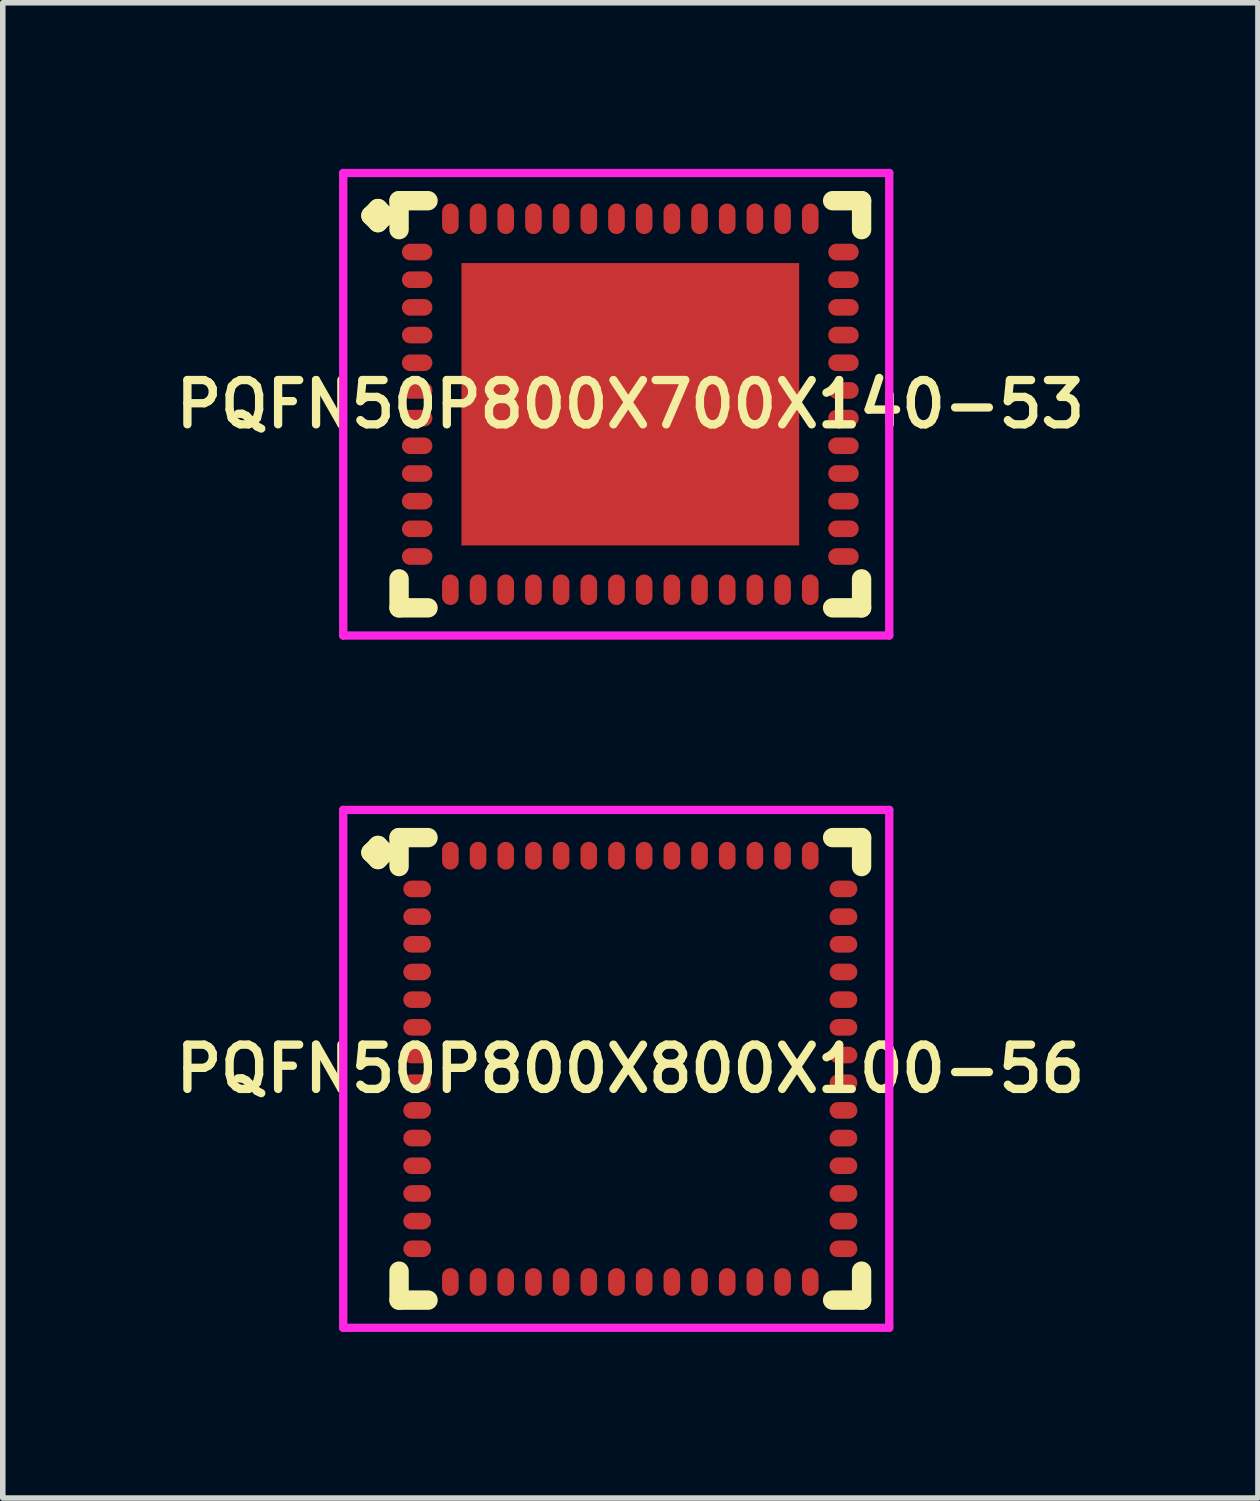
<source format=kicad_pcb>
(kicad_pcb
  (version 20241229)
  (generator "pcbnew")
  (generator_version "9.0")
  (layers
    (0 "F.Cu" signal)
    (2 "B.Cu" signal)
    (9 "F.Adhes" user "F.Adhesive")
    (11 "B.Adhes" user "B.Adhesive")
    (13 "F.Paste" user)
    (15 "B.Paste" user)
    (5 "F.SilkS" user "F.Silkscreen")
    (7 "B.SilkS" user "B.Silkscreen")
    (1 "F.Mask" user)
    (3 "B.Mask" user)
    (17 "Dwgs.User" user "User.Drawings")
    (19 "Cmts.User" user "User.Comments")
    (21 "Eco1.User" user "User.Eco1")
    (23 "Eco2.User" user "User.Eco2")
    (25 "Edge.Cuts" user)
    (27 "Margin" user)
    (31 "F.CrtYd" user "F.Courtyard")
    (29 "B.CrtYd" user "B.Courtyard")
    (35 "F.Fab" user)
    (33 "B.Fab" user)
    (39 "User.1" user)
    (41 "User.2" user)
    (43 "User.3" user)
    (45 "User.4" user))
  (footprint "PQFN50P800X800X100-56"
    (layer "F.Cu")
    (at 8.335 16.256)
    (property "Reference" "PQFN50P800X800X100-56" (at 0 0 0) (layer "F.SilkS") (effects (font (size 0.8 0.8) (thickness 0.15))))
    (attr smd)
    (fp_line (start -4.685 -3.908) (end -4.558 -4.035) (stroke (width 0.35) (type solid)) (layer "F.SilkS"))
    (fp_line (start -4.558 -4.035) (end -4.431 -3.908) (stroke (width 0.35) (type solid)) (layer "F.SilkS"))
    (fp_line (start -4.558 -3.781) (end -4.685 -3.908) (stroke (width 0.35) (type solid)) (layer "F.SilkS"))
    (fp_line (start -4.431 -3.908) (end -4.558 -3.781) (stroke (width 0.35) (type solid)) (layer "F.SilkS"))
    (fp_line (start -4.177 -4.177) (end -3.654 -4.177) (stroke (width 0.35) (type solid)) (layer "F.SilkS"))
    (fp_line (start -4.177 -3.654) (end -4.177 -4.177) (stroke (width 0.35) (type solid)) (layer "F.SilkS"))
    (fp_line (start -4.177 3.654) (end -4.177 4.177) (stroke (width 0.35) (type solid)) (layer "F.SilkS"))
    (fp_line (start -4.177 4.177) (end -3.654 4.177) (stroke (width 0.35) (type solid)) (layer "F.SilkS"))
    (fp_line (start 3.654 -4.177) (end 4.177 -4.177) (stroke (width 0.35) (type solid)) (layer "F.SilkS"))
    (fp_line (start 3.654 4.177) (end 4.177 4.177) (stroke (width 0.35) (type solid)) (layer "F.SilkS"))
    (fp_line (start 4.177 -4.177) (end 4.177 -3.654) (stroke (width 0.35) (type solid)) (layer "F.SilkS"))
    (fp_line (start 4.177 4.177) (end 4.177 3.654) (stroke (width 0.35) (type solid)) (layer "F.SilkS"))
    (fp_line (start -5.185 -4.677) (end 4.677 -4.677) (stroke (width 0.15) (type solid)) (layer "F.CrtYd"))
    (fp_line (start -5.185 4.677) (end -5.185 -4.677) (stroke (width 0.15) (type solid)) (layer "F.CrtYd"))
    (fp_line (start 4.677 -4.677) (end 4.677 4.677) (stroke (width 0.15) (type solid)) (layer "F.CrtYd"))
    (fp_line (start 4.677 4.677) (end -5.185 4.677) (stroke (width 0.15) (type solid)) (layer "F.CrtYd"))
    (pad "1" smd oval (at -3.85 -3.25) (size 0.5 0.3) (layers "F.Cu" "F.Mask" "F.Paste"))
    (pad "2" smd oval (at -3.85 -2.75) (size 0.5 0.3) (layers "F.Cu" "F.Mask" "F.Paste"))
    (pad "3" smd oval (at -3.85 -2.25) (size 0.5 0.3) (layers "F.Cu" "F.Mask" "F.Paste"))
    (pad "4" smd oval (at -3.85 -1.75) (size 0.5 0.3) (layers "F.Cu" "F.Mask" "F.Paste"))
    (pad "5" smd oval (at -3.85 -1.25) (size 0.5 0.3) (layers "F.Cu" "F.Mask" "F.Paste"))
    (pad "6" smd oval (at -3.85 -0.75) (size 0.5 0.3) (layers "F.Cu" "F.Mask" "F.Paste"))
    (pad "7" smd oval (at -3.85 -0.25) (size 0.5 0.3) (layers "F.Cu" "F.Mask" "F.Paste"))
    (pad "8" smd oval (at -3.85 0.25) (size 0.5 0.3) (layers "F.Cu" "F.Mask" "F.Paste"))
    (pad "9" smd oval (at -3.85 0.75) (size 0.5 0.3) (layers "F.Cu" "F.Mask" "F.Paste"))
    (pad "10" smd oval (at -3.85 1.25) (size 0.5 0.3) (layers "F.Cu" "F.Mask" "F.Paste"))
    (pad "11" smd oval (at -3.85 1.75) (size 0.5 0.3) (layers "F.Cu" "F.Mask" "F.Paste"))
    (pad "12" smd oval (at -3.85 2.25) (size 0.5 0.3) (layers "F.Cu" "F.Mask" "F.Paste"))
    (pad "13" smd oval (at -3.85 2.75) (size 0.5 0.3) (layers "F.Cu" "F.Mask" "F.Paste"))
    (pad "14" smd oval (at -3.85 3.25) (size 0.5 0.3) (layers "F.Cu" "F.Mask" "F.Paste"))
    (pad "15" smd oval (at -3.25 3.85) (size 0.3 0.5) (layers "F.Cu" "F.Mask" "F.Paste"))
    (pad "16" smd oval (at -2.75 3.85) (size 0.3 0.5) (layers "F.Cu" "F.Mask" "F.Paste"))
    (pad "17" smd oval (at -2.25 3.85) (size 0.3 0.5) (layers "F.Cu" "F.Mask" "F.Paste"))
    (pad "18" smd oval (at -1.75 3.85) (size 0.3 0.5) (layers "F.Cu" "F.Mask" "F.Paste"))
    (pad "19" smd oval (at -1.25 3.85) (size 0.3 0.5) (layers "F.Cu" "F.Mask" "F.Paste"))
    (pad "20" smd oval (at -0.75 3.85) (size 0.3 0.5) (layers "F.Cu" "F.Mask" "F.Paste"))
    (pad "21" smd oval (at -0.25 3.85) (size 0.3 0.5) (layers "F.Cu" "F.Mask" "F.Paste"))
    (pad "22" smd oval (at 0.25 3.85) (size 0.3 0.5) (layers "F.Cu" "F.Mask" "F.Paste"))
    (pad "23" smd oval (at 0.75 3.85) (size 0.3 0.5) (layers "F.Cu" "F.Mask" "F.Paste"))
    (pad "24" smd oval (at 1.25 3.85) (size 0.3 0.5) (layers "F.Cu" "F.Mask" "F.Paste"))
    (pad "25" smd oval (at 1.75 3.85) (size 0.3 0.5) (layers "F.Cu" "F.Mask" "F.Paste"))
    (pad "26" smd oval (at 2.25 3.85) (size 0.3 0.5) (layers "F.Cu" "F.Mask" "F.Paste"))
    (pad "27" smd oval (at 2.75 3.85) (size 0.3 0.5) (layers "F.Cu" "F.Mask" "F.Paste"))
    (pad "28" smd oval (at 3.25 3.85) (size 0.3 0.5) (layers "F.Cu" "F.Mask" "F.Paste"))
    (pad "29" smd oval (at 3.85 3.25) (size 0.5 0.3) (layers "F.Cu" "F.Mask" "F.Paste"))
    (pad "30" smd oval (at 3.85 2.75) (size 0.5 0.3) (layers "F.Cu" "F.Mask" "F.Paste"))
    (pad "31" smd oval (at 3.85 2.25) (size 0.5 0.3) (layers "F.Cu" "F.Mask" "F.Paste"))
    (pad "32" smd oval (at 3.85 1.75) (size 0.5 0.3) (layers "F.Cu" "F.Mask" "F.Paste"))
    (pad "33" smd oval (at 3.85 1.25) (size 0.5 0.3) (layers "F.Cu" "F.Mask" "F.Paste"))
    (pad "34" smd oval (at 3.85 0.75) (size 0.5 0.3) (layers "F.Cu" "F.Mask" "F.Paste"))
    (pad "35" smd oval (at 3.85 0.25) (size 0.5 0.3) (layers "F.Cu" "F.Mask" "F.Paste"))
    (pad "36" smd oval (at 3.85 -0.25) (size 0.5 0.3) (layers "F.Cu" "F.Mask" "F.Paste"))
    (pad "37" smd oval (at 3.85 -0.75) (size 0.5 0.3) (layers "F.Cu" "F.Mask" "F.Paste"))
    (pad "38" smd oval (at 3.85 -1.25) (size 0.5 0.3) (layers "F.Cu" "F.Mask" "F.Paste"))
    (pad "39" smd oval (at 3.85 -1.75) (size 0.5 0.3) (layers "F.Cu" "F.Mask" "F.Paste"))
    (pad "40" smd oval (at 3.85 -2.25) (size 0.5 0.3) (layers "F.Cu" "F.Mask" "F.Paste"))
    (pad "41" smd oval (at 3.85 -2.75) (size 0.5 0.3) (layers "F.Cu" "F.Mask" "F.Paste"))
    (pad "42" smd oval (at 3.85 -3.25) (size 0.5 0.3) (layers "F.Cu" "F.Mask" "F.Paste"))
    (pad "43" smd oval (at 3.25 -3.85) (size 0.3 0.5) (layers "F.Cu" "F.Mask" "F.Paste"))
    (pad "44" smd oval (at 2.75 -3.85) (size 0.3 0.5) (layers "F.Cu" "F.Mask" "F.Paste"))
    (pad "45" smd oval (at 2.25 -3.85) (size 0.3 0.5) (layers "F.Cu" "F.Mask" "F.Paste"))
    (pad "46" smd oval (at 1.75 -3.85) (size 0.3 0.5) (layers "F.Cu" "F.Mask" "F.Paste"))
    (pad "47" smd oval (at 1.25 -3.85) (size 0.3 0.5) (layers "F.Cu" "F.Mask" "F.Paste"))
    (pad "48" smd oval (at 0.75 -3.85) (size 0.3 0.5) (layers "F.Cu" "F.Mask" "F.Paste"))
    (pad "49" smd oval (at 0.25 -3.85) (size 0.3 0.5) (layers "F.Cu" "F.Mask" "F.Paste"))
    (pad "50" smd oval (at -0.25 -3.85) (size 0.3 0.5) (layers "F.Cu" "F.Mask" "F.Paste"))
    (pad "51" smd oval (at -0.75 -3.85) (size 0.3 0.5) (layers "F.Cu" "F.Mask" "F.Paste"))
    (pad "52" smd oval (at -1.25 -3.85) (size 0.3 0.5) (layers "F.Cu" "F.Mask" "F.Paste"))
    (pad "53" smd oval (at -1.75 -3.85) (size 0.3 0.5) (layers "F.Cu" "F.Mask" "F.Paste"))
    (pad "54" smd oval (at -2.25 -3.85) (size 0.3 0.5) (layers "F.Cu" "F.Mask" "F.Paste"))
    (pad "55" smd oval (at -2.75 -3.85) (size 0.3 0.5) (layers "F.Cu" "F.Mask" "F.Paste"))
    (pad "56" smd oval (at -3.25 -3.85) (size 0.3 0.5) (layers "F.Cu" "F.Mask" "F.Paste")))
  (footprint "PQFN50P800X700X140-53"
    (layer "F.Cu")
    (at 8.335 4.252)
    (property "Reference" "PQFN50P800X700X140-53" (at 0 0 0) (layer "F.SilkS") (effects (font (size 0.8 0.8) (thickness 0.15))))
    (attr smd)
    (fp_line (start -4.685 -3.408) (end -4.558 -3.535) (stroke (width 0.35) (type solid)) (layer "F.SilkS"))
    (fp_line (start -4.558 -3.535) (end -4.431 -3.408) (stroke (width 0.35) (type solid)) (layer "F.SilkS"))
    (fp_line (start -4.558 -3.281) (end -4.685 -3.408) (stroke (width 0.35) (type solid)) (layer "F.SilkS"))
    (fp_line (start -4.431 -3.408) (end -4.558 -3.281) (stroke (width 0.35) (type solid)) (layer "F.SilkS"))
    (fp_line (start -4.177 -3.677) (end -3.654 -3.677) (stroke (width 0.35) (type solid)) (layer "F.SilkS"))
    (fp_line (start -4.177 -3.154) (end -4.177 -3.677) (stroke (width 0.35) (type solid)) (layer "F.SilkS"))
    (fp_line (start -4.177 3.154) (end -4.177 3.677) (stroke (width 0.35) (type solid)) (layer "F.SilkS"))
    (fp_line (start -4.177 3.677) (end -3.654 3.677) (stroke (width 0.35) (type solid)) (layer "F.SilkS"))
    (fp_line (start 3.654 -3.677) (end 4.177 -3.677) (stroke (width 0.35) (type solid)) (layer "F.SilkS"))
    (fp_line (start 3.654 3.677) (end 4.177 3.677) (stroke (width 0.35) (type solid)) (layer "F.SilkS"))
    (fp_line (start 4.177 -3.677) (end 4.177 -3.154) (stroke (width 0.35) (type solid)) (layer "F.SilkS"))
    (fp_line (start 4.177 3.677) (end 4.177 3.154) (stroke (width 0.35) (type solid)) (layer "F.SilkS"))
    (fp_line (start -5.185 -4.177) (end 4.677 -4.177) (stroke (width 0.15) (type solid)) (layer "F.CrtYd"))
    (fp_line (start -5.185 4.177) (end -5.185 -4.177) (stroke (width 0.15) (type solid)) (layer "F.CrtYd"))
    (fp_line (start 4.677 -4.177) (end 4.677 4.177) (stroke (width 0.15) (type solid)) (layer "F.CrtYd"))
    (fp_line (start 4.677 4.177) (end -5.185 4.177) (stroke (width 0.15) (type solid)) (layer "F.CrtYd"))
    (pad "1" smd oval (at -3.85 -2.75) (size 0.55 0.3) (layers "F.Cu" "F.Mask" "F.Paste"))
    (pad "2" smd oval (at -3.85 -2.25) (size 0.55 0.3) (layers "F.Cu" "F.Mask" "F.Paste"))
    (pad "3" smd oval (at -3.85 -1.75) (size 0.55 0.3) (layers "F.Cu" "F.Mask" "F.Paste"))
    (pad "4" smd oval (at -3.85 -1.25) (size 0.55 0.3) (layers "F.Cu" "F.Mask" "F.Paste"))
    (pad "5" smd oval (at -3.85 -0.75) (size 0.55 0.3) (layers "F.Cu" "F.Mask" "F.Paste"))
    (pad "6" smd oval (at -3.85 -0.25) (size 0.55 0.3) (layers "F.Cu" "F.Mask" "F.Paste"))
    (pad "7" smd oval (at -3.85 0.25) (size 0.55 0.3) (layers "F.Cu" "F.Mask" "F.Paste"))
    (pad "8" smd oval (at -3.85 0.75) (size 0.55 0.3) (layers "F.Cu" "F.Mask" "F.Paste"))
    (pad "9" smd oval (at -3.85 1.25) (size 0.55 0.3) (layers "F.Cu" "F.Mask" "F.Paste"))
    (pad "10" smd oval (at -3.85 1.75) (size 0.55 0.3) (layers "F.Cu" "F.Mask" "F.Paste"))
    (pad "11" smd oval (at -3.85 2.25) (size 0.55 0.3) (layers "F.Cu" "F.Mask" "F.Paste"))
    (pad "12" smd oval (at -3.85 2.75) (size 0.55 0.3) (layers "F.Cu" "F.Mask" "F.Paste"))
    (pad "13" smd oval (at -3.25 3.35) (size 0.3 0.55) (layers "F.Cu" "F.Mask" "F.Paste"))
    (pad "14" smd oval (at -2.75 3.35) (size 0.3 0.55) (layers "F.Cu" "F.Mask" "F.Paste"))
    (pad "15" smd oval (at -2.25 3.35) (size 0.3 0.55) (layers "F.Cu" "F.Mask" "F.Paste"))
    (pad "16" smd oval (at -1.75 3.35) (size 0.3 0.55) (layers "F.Cu" "F.Mask" "F.Paste"))
    (pad "17" smd oval (at -1.25 3.35) (size 0.3 0.55) (layers "F.Cu" "F.Mask" "F.Paste"))
    (pad "18" smd oval (at -0.75 3.35) (size 0.3 0.55) (layers "F.Cu" "F.Mask" "F.Paste"))
    (pad "19" smd oval (at -0.25 3.35) (size 0.3 0.55) (layers "F.Cu" "F.Mask" "F.Paste"))
    (pad "20" smd oval (at 0.25 3.35) (size 0.3 0.55) (layers "F.Cu" "F.Mask" "F.Paste"))
    (pad "21" smd oval (at 0.75 3.35) (size 0.3 0.55) (layers "F.Cu" "F.Mask" "F.Paste"))
    (pad "22" smd oval (at 1.25 3.35) (size 0.3 0.55) (layers "F.Cu" "F.Mask" "F.Paste"))
    (pad "23" smd oval (at 1.75 3.35) (size 0.3 0.55) (layers "F.Cu" "F.Mask" "F.Paste"))
    (pad "24" smd oval (at 2.25 3.35) (size 0.3 0.55) (layers "F.Cu" "F.Mask" "F.Paste"))
    (pad "25" smd oval (at 2.75 3.35) (size 0.3 0.55) (layers "F.Cu" "F.Mask" "F.Paste"))
    (pad "26" smd oval (at 3.25 3.35) (size 0.3 0.55) (layers "F.Cu" "F.Mask" "F.Paste"))
    (pad "27" smd oval (at 3.85 2.75) (size 0.55 0.3) (layers "F.Cu" "F.Mask" "F.Paste"))
    (pad "28" smd oval (at 3.85 2.25) (size 0.55 0.3) (layers "F.Cu" "F.Mask" "F.Paste"))
    (pad "29" smd oval (at 3.85 1.75) (size 0.55 0.3) (layers "F.Cu" "F.Mask" "F.Paste"))
    (pad "30" smd oval (at 3.85 1.25) (size 0.55 0.3) (layers "F.Cu" "F.Mask" "F.Paste"))
    (pad "31" smd oval (at 3.85 0.75) (size 0.55 0.3) (layers "F.Cu" "F.Mask" "F.Paste"))
    (pad "32" smd oval (at 3.85 0.25) (size 0.55 0.3) (layers "F.Cu" "F.Mask" "F.Paste"))
    (pad "33" smd oval (at 3.85 -0.25) (size 0.55 0.3) (layers "F.Cu" "F.Mask" "F.Paste"))
    (pad "34" smd oval (at 3.85 -0.75) (size 0.55 0.3) (layers "F.Cu" "F.Mask" "F.Paste"))
    (pad "35" smd oval (at 3.85 -1.25) (size 0.55 0.3) (layers "F.Cu" "F.Mask" "F.Paste"))
    (pad "36" smd oval (at 3.85 -1.75) (size 0.55 0.3) (layers "F.Cu" "F.Mask" "F.Paste"))
    (pad "37" smd oval (at 3.85 -2.25) (size 0.55 0.3) (layers "F.Cu" "F.Mask" "F.Paste"))
    (pad "38" smd oval (at 3.85 -2.75) (size 0.55 0.3) (layers "F.Cu" "F.Mask" "F.Paste"))
    (pad "39" smd oval (at 3.25 -3.35) (size 0.3 0.55) (layers "F.Cu" "F.Mask" "F.Paste"))
    (pad "40" smd oval (at 2.75 -3.35) (size 0.3 0.55) (layers "F.Cu" "F.Mask" "F.Paste"))
    (pad "41" smd oval (at 2.25 -3.35) (size 0.3 0.55) (layers "F.Cu" "F.Mask" "F.Paste"))
    (pad "42" smd oval (at 1.75 -3.35) (size 0.3 0.55) (layers "F.Cu" "F.Mask" "F.Paste"))
    (pad "43" smd oval (at 1.25 -3.35) (size 0.3 0.55) (layers "F.Cu" "F.Mask" "F.Paste"))
    (pad "44" smd oval (at 0.75 -3.35) (size 0.3 0.55) (layers "F.Cu" "F.Mask" "F.Paste"))
    (pad "45" smd oval (at 0.25 -3.35) (size 0.3 0.55) (layers "F.Cu" "F.Mask" "F.Paste"))
    (pad "46" smd oval (at -0.25 -3.35) (size 0.3 0.55) (layers "F.Cu" "F.Mask" "F.Paste"))
    (pad "47" smd oval (at -0.75 -3.35) (size 0.3 0.55) (layers "F.Cu" "F.Mask" "F.Paste"))
    (pad "48" smd oval (at -1.25 -3.35) (size 0.3 0.55) (layers "F.Cu" "F.Mask" "F.Paste"))
    (pad "49" smd oval (at -1.75 -3.35) (size 0.3 0.55) (layers "F.Cu" "F.Mask" "F.Paste"))
    (pad "50" smd oval (at -2.25 -3.35) (size 0.3 0.55) (layers "F.Cu" "F.Mask" "F.Paste"))
    (pad "51" smd oval (at -2.75 -3.35) (size 0.3 0.55) (layers "F.Cu" "F.Mask" "F.Paste"))
    (pad "52" smd oval (at -3.25 -3.35) (size 0.3 0.55) (layers "F.Cu" "F.Mask" "F.Paste"))
    (pad "53" smd rect (at 0 0) (size 6.1 5.1) (layers "F.Cu" "F.Mask" "F.Paste")))
  (gr_rect
    (start -3 -3)
    (end 19.671 24.008)
    (stroke (width 0.1) (type default))
    (fill no)
    (layer "Edge.Cuts")))
</source>
